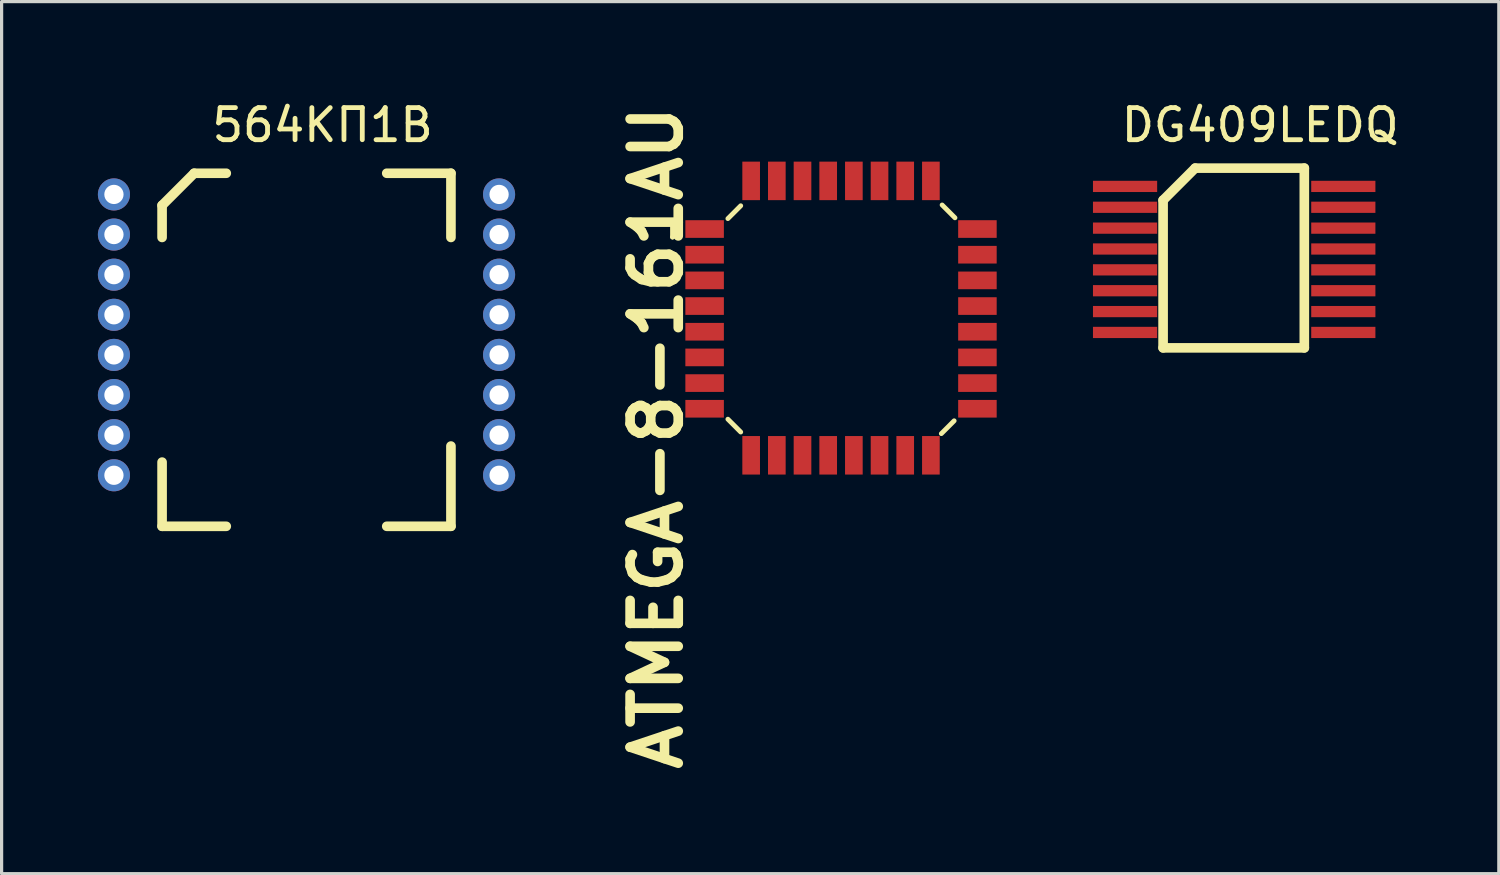
<source format=kicad_pcb>
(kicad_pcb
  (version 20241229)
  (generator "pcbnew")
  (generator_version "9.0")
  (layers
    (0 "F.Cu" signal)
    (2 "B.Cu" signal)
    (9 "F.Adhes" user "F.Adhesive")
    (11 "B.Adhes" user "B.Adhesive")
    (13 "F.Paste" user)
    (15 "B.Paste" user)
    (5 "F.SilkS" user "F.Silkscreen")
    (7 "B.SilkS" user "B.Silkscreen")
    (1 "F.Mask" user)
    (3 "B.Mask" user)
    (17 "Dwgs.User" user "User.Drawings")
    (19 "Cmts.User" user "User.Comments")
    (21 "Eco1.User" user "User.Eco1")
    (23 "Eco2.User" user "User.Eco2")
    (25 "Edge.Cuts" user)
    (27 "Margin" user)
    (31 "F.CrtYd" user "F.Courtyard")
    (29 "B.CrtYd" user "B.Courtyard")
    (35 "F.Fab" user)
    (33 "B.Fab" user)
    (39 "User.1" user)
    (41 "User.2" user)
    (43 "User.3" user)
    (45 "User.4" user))
  (footprint "DG409LEDQ"
    (layer "F.Cu")
    (at 33.174 9.398)
    (property "Reference" "DG409LEDQ" (at 3.04 -8.55 0) (layer "F.SilkS") (effects (font (size 1 1) (thickness 0.15))))
    (attr through_hole)
    (fp_line (start 0.015 -6.21) (end 0.015 -1.61) (stroke (width 0.3) (type solid)) (layer "F.SilkS"))
    (fp_line (start 0.015 -1.61) (end 4.415 -1.61) (stroke (width 0.3) (type solid)) (layer "F.SilkS"))
    (fp_line (start 1.015 -7.21) (end 0.015 -6.21) (stroke (width 0.3) (type solid)) (layer "F.SilkS"))
    (fp_line (start 4.415 -7.21) (end 1.015 -7.21) (stroke (width 0.3) (type solid)) (layer "F.SilkS"))
    (fp_line (start 4.415 -1.61) (end 4.415 -7.21) (stroke (width 0.3) (type solid)) (layer "F.SilkS"))
    (pad "1" smd rect (at -1.17 -6.64) (size 2 0.35) (layers "F.Cu" "F.Mask" "F.Paste"))
    (pad "2" smd rect (at -1.17 -5.99) (size 2 0.35) (layers "F.Cu" "F.Mask" "F.Paste"))
    (pad "3" smd rect (at -1.17 -5.34) (size 2 0.35) (layers "F.Cu" "F.Mask" "F.Paste"))
    (pad "4" smd rect (at -1.17 -4.69) (size 2 0.35) (layers "F.Cu" "F.Mask" "F.Paste"))
    (pad "5" smd rect (at -1.17 -4.04) (size 2 0.35) (layers "F.Cu" "F.Mask" "F.Paste"))
    (pad "6" smd rect (at -1.17 -3.39) (size 2 0.35) (layers "F.Cu" "F.Mask" "F.Paste"))
    (pad "7" smd rect (at -1.17 -2.74) (size 2 0.35) (layers "F.Cu" "F.Mask" "F.Paste"))
    (pad "8" smd rect (at -1.17 -2.09) (size 2 0.35) (layers "F.Cu" "F.Mask" "F.Paste"))
    (pad "9" smd rect (at 5.63 -2.09) (size 2 0.35) (layers "F.Cu" "F.Mask" "F.Paste"))
    (pad "10" smd rect (at 5.63 -2.74) (size 2 0.35) (layers "F.Cu" "F.Mask" "F.Paste"))
    (pad "11" smd rect (at 5.63 -3.39) (size 2 0.35) (layers "F.Cu" "F.Mask" "F.Paste"))
    (pad "12" smd rect (at 5.63 -4.04) (size 2 0.35) (layers "F.Cu" "F.Mask" "F.Paste"))
    (pad "13" smd rect (at 5.63 -4.69) (size 2 0.35) (layers "F.Cu" "F.Mask" "F.Paste"))
    (pad "14" smd rect (at 5.63 -5.34) (size 2 0.35) (layers "F.Cu" "F.Mask" "F.Paste"))
    (pad "15" smd rect (at 5.63 -5.99) (size 2 0.35) (layers "F.Cu" "F.Mask" "F.Paste"))
    (pad "16" smd rect (at 5.63 -6.64) (size 2 0.35) (layers "F.Cu" "F.Mask" "F.Paste")))
  (footprint "564КП1В"
    (layer "F.Cu")
    (at 0.5 20.348)
    (property "Reference" "564КП1В" (at 6.5 -19.5 0) (layer "F.SilkS") (effects (font (size 1 1) (thickness 0.15))))
    (attr through_hole)
    (fp_line (start 1.5 -17) (end 1.5 -16) (stroke (width 0.3) (type solid)) (layer "F.SilkS"))
    (fp_line (start 1.5 -9) (end 1.5 -7) (stroke (width 0.3) (type solid)) (layer "F.SilkS"))
    (fp_line (start 1.5 -7) (end 3.5 -7) (stroke (width 0.3) (type solid)) (layer "F.SilkS"))
    (fp_line (start 2.5 -18) (end 1.5 -17) (stroke (width 0.3) (type solid)) (layer "F.SilkS"))
    (fp_line (start 2.5 -18) (end 3.5 -18) (stroke (width 0.3) (type solid)) (layer "F.SilkS"))
    (fp_line (start 10.5 -18) (end 8.5 -18) (stroke (width 0.3) (type solid)) (layer "F.SilkS"))
    (fp_line (start 10.5 -16) (end 10.5 -18) (stroke (width 0.3) (type solid)) (layer "F.SilkS"))
    (fp_line (start 10.5 -9.5) (end 10.5 -7) (stroke (width 0.3) (type solid)) (layer "F.SilkS"))
    (fp_line (start 10.5 -7) (end 8.5 -7) (stroke (width 0.3) (type solid)) (layer "F.SilkS"))
    (pad "1" thru_hole circle (at 0 -17.34) (size 1 1) (drill 0.6) (layers "*.Cu" "*.Mask"))
    (pad "2" thru_hole circle (at 0 -16.09) (size 1 1) (drill 0.6) (layers "*.Cu" "*.Mask"))
    (pad "3" thru_hole circle (at 0 -14.84) (size 1 1) (drill 0.6) (layers "*.Cu" "*.Mask"))
    (pad "4" thru_hole circle (at 0 -13.59) (size 1 1) (drill 0.6) (layers "*.Cu" "*.Mask"))
    (pad "5" thru_hole circle (at 0 -12.34) (size 1 1) (drill 0.6) (layers "*.Cu" "*.Mask"))
    (pad "6" thru_hole circle (at 0 -11.09) (size 1 1) (drill 0.6) (layers "*.Cu" "*.Mask"))
    (pad "7" thru_hole circle (at 0 -9.84) (size 1 1) (drill 0.6) (layers "*.Cu" "*.Mask"))
    (pad "8" thru_hole circle (at 0 -8.59) (size 1 1) (drill 0.6) (layers "*.Cu" "*.Mask"))
    (pad "9" thru_hole circle (at 12 -8.59) (size 1 1) (drill 0.6) (layers "*.Cu" "*.Mask"))
    (pad "10" thru_hole circle (at 12 -9.84) (size 1 1) (drill 0.6) (layers "*.Cu" "*.Mask"))
    (pad "11" thru_hole circle (at 12 -11.09) (size 1 1) (drill 0.6) (layers "*.Cu" "*.Mask"))
    (pad "12" thru_hole circle (at 12 -12.34) (size 1 1) (drill 0.6) (layers "*.Cu" "*.Mask"))
    (pad "13" thru_hole circle (at 12 -13.59) (size 1 1) (drill 0.6) (layers "*.Cu" "*.Mask"))
    (pad "14" thru_hole circle (at 12 -14.84) (size 1 1) (drill 0.6) (layers "*.Cu" "*.Mask"))
    (pad "15" thru_hole circle (at 12 -16.09) (size 1 1) (drill 0.6) (layers "*.Cu" "*.Mask"))
    (pad "16" thru_hole circle (at 12 -17.34) (size 1 1) (drill 0.6) (layers "*.Cu" "*.Mask")))
  (footprint "ATMEGA-8-161AU"
    (layer "F.Cu")
    (at 18.904 4.086)
    (property "Reference" "ATMEGA-8-161AU" (at -1.5 6.5 90) (layer "F.SilkS") (effects (font (size 1.5 1.5) (thickness 0.3))))
    (attr through_hole)
    (fp_line (start -1 -0.25) (end -0.75 0) (stroke (width 0.15) (type solid)) (layer "F.SilkS"))
    (fp_line (start -1 0.25) (end -1 -0.25) (stroke (width 0.15) (type solid)) (layer "F.SilkS"))
    (fp_line (start -0.75 0) (end -1 0.25) (stroke (width 0.15) (type solid)) (layer "F.SilkS"))
    (fp_line (start 0.725 5.925) (end 1.125 6.325) (stroke (width 0.15) (type solid)) (layer "F.SilkS"))
    (fp_line (start 1.125 -0.725) (end 0.725 -0.325) (stroke (width 0.15) (type solid)) (layer "F.SilkS"))
    (fp_line (start 7.4 -0.75) (end 7.8 -0.35) (stroke (width 0.15) (type solid)) (layer "F.SilkS"))
    (fp_line (start 7.775 5.975) (end 7.375 6.375) (stroke (width 0.15) (type solid)) (layer "F.SilkS"))
    (pad "1" smd rect (at 0 0) (size 1.2 0.55) (layers "F.Cu" "F.Mask" "F.Paste"))
    (pad "2" smd rect (at 0 0.8) (size 1.2 0.55) (layers "F.Cu" "F.Mask" "F.Paste"))
    (pad "3" smd rect (at 0 1.6) (size 1.2 0.55) (layers "F.Cu" "F.Mask" "F.Paste"))
    (pad "4" smd rect (at 0 2.4) (size 1.2 0.55) (layers "F.Cu" "F.Mask" "F.Paste"))
    (pad "5" smd rect (at 0 3.2) (size 1.2 0.55) (layers "F.Cu" "F.Mask" "F.Paste"))
    (pad "6" smd rect (at 0 4) (size 1.2 0.55) (layers "F.Cu" "F.Mask" "F.Paste"))
    (pad "7" smd rect (at 0 4.8) (size 1.2 0.55) (layers "F.Cu" "F.Mask" "F.Paste"))
    (pad "8" smd rect (at 0 5.6) (size 1.2 0.55) (layers "F.Cu" "F.Mask" "F.Paste"))
    (pad "9" smd rect (at 1.45 7.05 90) (size 1.2 0.55) (layers "F.Cu" "F.Mask" "F.Paste"))
    (pad "10" smd rect (at 2.25 7.05 90) (size 1.2 0.55) (layers "F.Cu" "F.Mask" "F.Paste"))
    (pad "11" smd rect (at 3.05 7.05 270) (size 1.2 0.55) (layers "F.Cu" "F.Mask" "F.Paste"))
    (pad "12" smd rect (at 3.85 7.05 90) (size 1.2 0.55) (layers "F.Cu" "F.Mask" "F.Paste"))
    (pad "13" smd rect (at 4.65 7.05 90) (size 1.2 0.55) (layers "F.Cu" "F.Mask" "F.Paste"))
    (pad "14" smd rect (at 5.45 7.05 90) (size 1.2 0.55) (layers "F.Cu" "F.Mask" "F.Paste"))
    (pad "15" smd rect (at 6.25 7.05 90) (size 1.2 0.55) (layers "F.Cu" "F.Mask" "F.Paste"))
    (pad "16" smd rect (at 7.05 7.05 90) (size 1.2 0.55) (layers "F.Cu" "F.Mask" "F.Paste"))
    (pad "17" smd rect (at 8.5 5.6) (size 1.2 0.55) (layers "F.Cu" "F.Mask" "F.Paste"))
    (pad "18" smd rect (at 8.5 4.8) (size 1.2 0.55) (layers "F.Cu" "F.Mask" "F.Paste"))
    (pad "19" smd rect (at 8.5 4) (size 1.2 0.55) (layers "F.Cu" "F.Mask" "F.Paste"))
    (pad "20" smd rect (at 8.5 3.2) (size 1.2 0.55) (layers "F.Cu" "F.Mask" "F.Paste"))
    (pad "21" smd rect (at 8.5 2.4) (size 1.2 0.55) (layers "F.Cu" "F.Mask" "F.Paste"))
    (pad "22" smd rect (at 8.5 1.6) (size 1.2 0.55) (layers "F.Cu" "F.Mask" "F.Paste"))
    (pad "23" smd rect (at 8.5 0.8) (size 1.2 0.55) (layers "F.Cu" "F.Mask" "F.Paste"))
    (pad "24" smd rect (at 8.5 0) (size 1.2 0.55) (layers "F.Cu" "F.Mask" "F.Paste"))
    (pad "25" smd rect (at 7.05 -1.5 90) (size 1.2 0.55) (layers "F.Cu" "F.Mask" "F.Paste"))
    (pad "26" smd rect (at 6.25 -1.5 90) (size 1.2 0.55) (layers "F.Cu" "F.Mask" "F.Paste"))
    (pad "27" smd rect (at 5.45 -1.5 90) (size 1.2 0.55) (layers "F.Cu" "F.Mask" "F.Paste"))
    (pad "28" smd rect (at 4.65 -1.5 90) (size 1.2 0.55) (layers "F.Cu" "F.Mask" "F.Paste"))
    (pad "29" smd rect (at 3.85 -1.5 90) (size 1.2 0.55) (layers "F.Cu" "F.Mask" "F.Paste"))
    (pad "30" smd rect (at 3.05 -1.5 90) (size 1.2 0.55) (layers "F.Cu" "F.Mask" "F.Paste"))
    (pad "31" smd rect (at 2.25 -1.5 90) (size 1.2 0.55) (layers "F.Cu" "F.Mask" "F.Paste"))
    (pad "32" smd rect (at 1.45 -1.5 90) (size 1.2 0.55) (layers "F.Cu" "F.Mask" "F.Paste")))
  (gr_rect
    (start -3 -3)
    (end 43.649 24.171)
    (stroke (width 0.1) (type default))
    (fill no)
    (layer "Edge.Cuts")))
</source>
